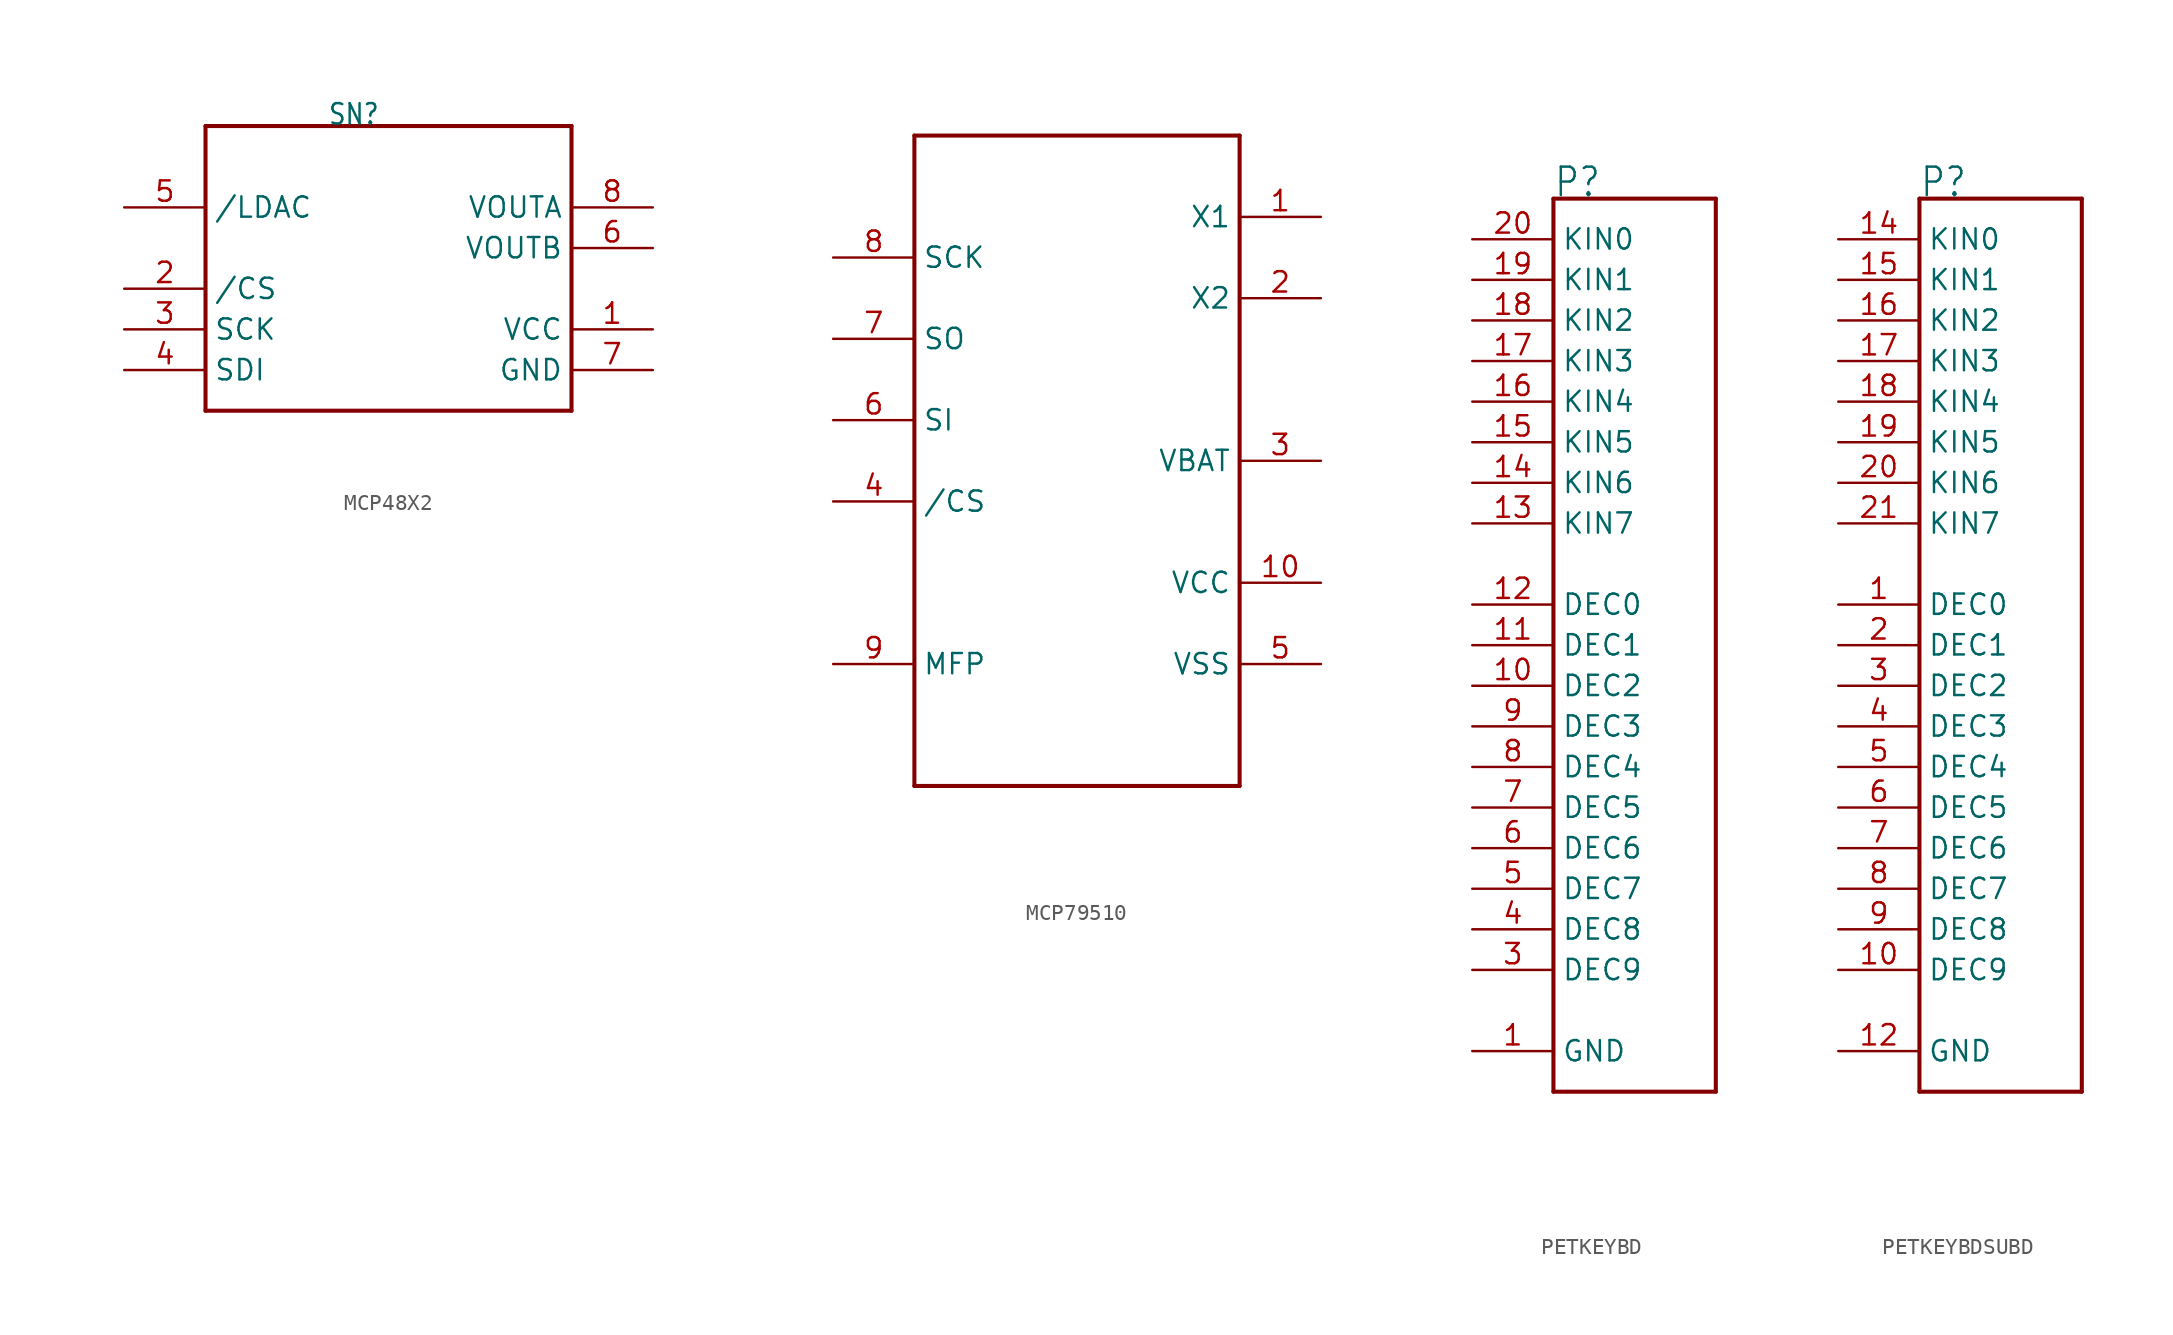
<source format=kicad_sym>
(kicad_symbol_lib
  (version 20220914)
  (generator kicad_symbol_editor)
  (symbol "MCP48X2"
    (property "Reference" "SN"
      (at -7.62 7.62 0)
      (effects (font (size 1.27 1.079)) (justify left bottom)))
    (property "Value" ""
      (at -7.62 -12.7 0)
      (effects (font (size 1.27 1.079)) (justify left bottom)))
    (property "ki_locked" ""
      (at 0 0 0)
      (effects (font (size 1.27 1.27))))
    (symbol "MCP48X2_1_0"
      (polyline (pts (xy -15.24 -10.16) (xy -15.24 7.62)) (stroke (width 0.254) (type solid)) (fill (type none)))
      (polyline (pts (xy -15.24 7.62) (xy 7.62 7.62)) (stroke (width 0.254) (type solid)) (fill (type none)))
      (polyline (pts (xy 7.62 -10.16) (xy -15.24 -10.16)) (stroke (width 0.254) (type solid)) (fill (type none)))
      (polyline (pts (xy 7.62 7.62) (xy 7.62 -10.16)) (stroke (width 0.254) (type solid)) (fill (type none)))
      (pin bidirectional line (at 12.7 -5.08 180) (length 5.08) (name "VCC" (effects (font (size 1.27 1.27)))) (number "1" (effects (font (size 1.27 1.27)))))
      (pin bidirectional line (at -20.32 -2.54 0) (length 5.08) (name "/CS" (effects (font (size 1.27 1.27)))) (number "2" (effects (font (size 1.27 1.27)))))
      (pin bidirectional line (at -20.32 -5.08 0) (length 5.08) (name "SCK" (effects (font (size 1.27 1.27)))) (number "3" (effects (font (size 1.27 1.27)))))
      (pin bidirectional line (at -20.32 -7.62 0) (length 5.08) (name "SDI" (effects (font (size 1.27 1.27)))) (number "4" (effects (font (size 1.27 1.27)))))
      (pin bidirectional line (at -20.32 2.54 0) (length 5.08) (name "/LDAC" (effects (font (size 1.27 1.27)))) (number "5" (effects (font (size 1.27 1.27)))))
      (pin bidirectional line (at 12.7 0 180) (length 5.08) (name "VOUTB" (effects (font (size 1.27 1.27)))) (number "6" (effects (font (size 1.27 1.27)))))
      (pin bidirectional line (at 12.7 -7.62 180) (length 5.08) (name "GND" (effects (font (size 1.27 1.27)))) (number "7" (effects (font (size 1.27 1.27)))))
      (pin bidirectional line (at 12.7 2.54 180) (length 5.08) (name "VOUTA" (effects (font (size 1.27 1.27)))) (number "8" (effects (font (size 1.27 1.27)))))))
  (symbol "MCP79510"
    (property "Reference" ""
      (at -5.08 17.78 0)
      (effects (font (size 1.778 1.511)) (justify left bottom) hide))
    (property "Value" ""
      (at -5.08 -25.4 0)
      (effects (font (size 1.778 1.511)) (justify left bottom)))
    (property "ki_locked" ""
      (at 0 0 0)
      (effects (font (size 1.27 1.27))))
    (symbol "MCP79510_1_0"
      (polyline (pts (xy -10.16 -22.86) (xy -10.16 17.78)) (stroke (width 0.254) (type solid)) (fill (type none)))
      (polyline (pts (xy -10.16 17.78) (xy 10.16 17.78)) (stroke (width 0.254) (type solid)) (fill (type none)))
      (polyline (pts (xy 10.16 -22.86) (xy -10.16 -22.86)) (stroke (width 0.254) (type solid)) (fill (type none)))
      (polyline (pts (xy 10.16 17.78) (xy 10.16 -22.86)) (stroke (width 0.254) (type solid)) (fill (type none)))
      (pin bidirectional line (at 15.24 12.7 180) (length 5.08) (name "X1" (effects (font (size 1.27 1.27)))) (number "1" (effects (font (size 1.27 1.27)))))
      (pin bidirectional line (at 15.24 -10.16 180) (length 5.08) (name "VCC" (effects (font (size 1.27 1.27)))) (number "10" (effects (font (size 1.27 1.27)))))
      (pin bidirectional line (at 15.24 7.62 180) (length 5.08) (name "X2" (effects (font (size 1.27 1.27)))) (number "2" (effects (font (size 1.27 1.27)))))
      (pin bidirectional line (at 15.24 -2.54 180) (length 5.08) (name "VBAT" (effects (font (size 1.27 1.27)))) (number "3" (effects (font (size 1.27 1.27)))))
      (pin bidirectional line (at -15.24 -5.08 0) (length 5.08) (name "/CS" (effects (font (size 1.27 1.27)))) (number "4" (effects (font (size 1.27 1.27)))))
      (pin bidirectional line (at 15.24 -15.24 180) (length 5.08) (name "VSS" (effects (font (size 1.27 1.27)))) (number "5" (effects (font (size 1.27 1.27)))))
      (pin bidirectional line (at -15.24 0 0) (length 5.08) (name "SI" (effects (font (size 1.27 1.27)))) (number "6" (effects (font (size 1.27 1.27)))))
      (pin bidirectional line (at -15.24 5.08 0) (length 5.08) (name "SO" (effects (font (size 1.27 1.27)))) (number "7" (effects (font (size 1.27 1.27)))))
      (pin bidirectional line (at -15.24 10.16 0) (length 5.08) (name "SCK" (effects (font (size 1.27 1.27)))) (number "8" (effects (font (size 1.27 1.27)))))
      (pin bidirectional line (at -15.24 -15.24 0) (length 5.08) (name "MFP" (effects (font (size 1.27 1.27)))) (number "9" (effects (font (size 1.27 1.27)))))))
  (symbol "PETKEYBD"
    (property "Reference" "P"
      (at -5.08 27.94 0)
      (effects (font (size 1.778 1.511)) (justify left bottom)))
    (property "Value" ""
      (at -5.08 -30.48 0)
      (effects (font (size 1.778 1.511)) (justify left bottom)))
    (property "ki_locked" ""
      (at 0 0 0)
      (effects (font (size 1.27 1.27))))
    (symbol "PETKEYBD_1_0"
      (polyline (pts (xy -5.08 -27.94) (xy -5.08 27.94)) (stroke (width 0.254) (type solid)) (fill (type none)))
      (polyline (pts (xy -5.08 27.94) (xy 5.08 27.94)) (stroke (width 0.254) (type solid)) (fill (type none)))
      (polyline (pts (xy 5.08 -27.94) (xy -5.08 -27.94)) (stroke (width 0.254) (type solid)) (fill (type none)))
      (polyline (pts (xy 5.08 27.94) (xy 5.08 -27.94)) (stroke (width 0.254) (type solid)) (fill (type none)))
      (pin bidirectional line (at -10.16 -25.4 0) (length 5.08) (name "GND" (effects (font (size 1.27 1.27)))) (number "1" (effects (font (size 1.27 1.27)))))
      (pin bidirectional line (at -10.16 -2.54 0) (length 5.08) (name "DEC2" (effects (font (size 1.27 1.27)))) (number "10" (effects (font (size 1.27 1.27)))))
      (pin bidirectional line (at -10.16 0 0) (length 5.08) (name "DEC1" (effects (font (size 1.27 1.27)))) (number "11" (effects (font (size 1.27 1.27)))))
      (pin bidirectional line (at -10.16 2.54 0) (length 5.08) (name "DEC0" (effects (font (size 1.27 1.27)))) (number "12" (effects (font (size 1.27 1.27)))))
      (pin bidirectional line (at -10.16 7.62 0) (length 5.08) (name "KIN7" (effects (font (size 1.27 1.27)))) (number "13" (effects (font (size 1.27 1.27)))))
      (pin bidirectional line (at -10.16 10.16 0) (length 5.08) (name "KIN6" (effects (font (size 1.27 1.27)))) (number "14" (effects (font (size 1.27 1.27)))))
      (pin bidirectional line (at -10.16 12.7 0) (length 5.08) (name "KIN5" (effects (font (size 1.27 1.27)))) (number "15" (effects (font (size 1.27 1.27)))))
      (pin bidirectional line (at -10.16 15.24 0) (length 5.08) (name "KIN4" (effects (font (size 1.27 1.27)))) (number "16" (effects (font (size 1.27 1.27)))))
      (pin bidirectional line (at -10.16 17.78 0) (length 5.08) (name "KIN3" (effects (font (size 1.27 1.27)))) (number "17" (effects (font (size 1.27 1.27)))))
      (pin bidirectional line (at -10.16 20.32 0) (length 5.08) (name "KIN2" (effects (font (size 1.27 1.27)))) (number "18" (effects (font (size 1.27 1.27)))))
      (pin bidirectional line (at -10.16 22.86 0) (length 5.08) (name "KIN1" (effects (font (size 1.27 1.27)))) (number "19" (effects (font (size 1.27 1.27)))))
      (pin bidirectional line (at -10.16 25.4 0) (length 5.08) (name "KIN0" (effects (font (size 1.27 1.27)))) (number "20" (effects (font (size 1.27 1.27)))))
      (pin bidirectional line (at -10.16 -20.32 0) (length 5.08) (name "DEC9" (effects (font (size 1.27 1.27)))) (number "3" (effects (font (size 1.27 1.27)))))
      (pin bidirectional line (at -10.16 -17.78 0) (length 5.08) (name "DEC8" (effects (font (size 1.27 1.27)))) (number "4" (effects (font (size 1.27 1.27)))))
      (pin bidirectional line (at -10.16 -15.24 0) (length 5.08) (name "DEC7" (effects (font (size 1.27 1.27)))) (number "5" (effects (font (size 1.27 1.27)))))
      (pin bidirectional line (at -10.16 -12.7 0) (length 5.08) (name "DEC6" (effects (font (size 1.27 1.27)))) (number "6" (effects (font (size 1.27 1.27)))))
      (pin bidirectional line (at -10.16 -10.16 0) (length 5.08) (name "DEC5" (effects (font (size 1.27 1.27)))) (number "7" (effects (font (size 1.27 1.27)))))
      (pin bidirectional line (at -10.16 -7.62 0) (length 5.08) (name "DEC4" (effects (font (size 1.27 1.27)))) (number "8" (effects (font (size 1.27 1.27)))))
      (pin bidirectional line (at -10.16 -5.08 0) (length 5.08) (name "DEC3" (effects (font (size 1.27 1.27)))) (number "9" (effects (font (size 1.27 1.27)))))))
  (symbol "PETKEYBDSUBD"
    (property "Reference" "P"
      (at -5.08 27.94 0)
      (effects (font (size 1.778 1.511)) (justify left bottom)))
    (property "Value" ""
      (at -5.08 -30.48 0)
      (effects (font (size 1.778 1.511)) (justify left bottom)))
    (property "ki_locked" ""
      (at 0 0 0)
      (effects (font (size 1.27 1.27))))
    (symbol "PETKEYBDSUBD_1_0"
      (polyline (pts (xy -5.08 -27.94) (xy -5.08 27.94)) (stroke (width 0.254) (type solid)) (fill (type none)))
      (polyline (pts (xy -5.08 27.94) (xy 5.08 27.94)) (stroke (width 0.254) (type solid)) (fill (type none)))
      (polyline (pts (xy 5.08 -27.94) (xy -5.08 -27.94)) (stroke (width 0.254) (type solid)) (fill (type none)))
      (polyline (pts (xy 5.08 27.94) (xy 5.08 -27.94)) (stroke (width 0.254) (type solid)) (fill (type none)))
      (pin bidirectional line (at -10.16 2.54 0) (length 5.08) (name "DEC0" (effects (font (size 1.27 1.27)))) (number "1" (effects (font (size 1.27 1.27)))))
      (pin bidirectional line (at -10.16 -20.32 0) (length 5.08) (name "DEC9" (effects (font (size 1.27 1.27)))) (number "10" (effects (font (size 1.27 1.27)))))
      (pin bidirectional line (at -10.16 -25.4 0) (length 5.08) (name "GND" (effects (font (size 1.27 1.27)))) (number "12" (effects (font (size 1.27 1.27)))))
      (pin bidirectional line (at -10.16 25.4 0) (length 5.08) (name "KIN0" (effects (font (size 1.27 1.27)))) (number "14" (effects (font (size 1.27 1.27)))))
      (pin bidirectional line (at -10.16 22.86 0) (length 5.08) (name "KIN1" (effects (font (size 1.27 1.27)))) (number "15" (effects (font (size 1.27 1.27)))))
      (pin bidirectional line (at -10.16 20.32 0) (length 5.08) (name "KIN2" (effects (font (size 1.27 1.27)))) (number "16" (effects (font (size 1.27 1.27)))))
      (pin bidirectional line (at -10.16 17.78 0) (length 5.08) (name "KIN3" (effects (font (size 1.27 1.27)))) (number "17" (effects (font (size 1.27 1.27)))))
      (pin bidirectional line (at -10.16 15.24 0) (length 5.08) (name "KIN4" (effects (font (size 1.27 1.27)))) (number "18" (effects (font (size 1.27 1.27)))))
      (pin bidirectional line (at -10.16 12.7 0) (length 5.08) (name "KIN5" (effects (font (size 1.27 1.27)))) (number "19" (effects (font (size 1.27 1.27)))))
      (pin bidirectional line (at -10.16 0 0) (length 5.08) (name "DEC1" (effects (font (size 1.27 1.27)))) (number "2" (effects (font (size 1.27 1.27)))))
      (pin bidirectional line (at -10.16 10.16 0) (length 5.08) (name "KIN6" (effects (font (size 1.27 1.27)))) (number "20" (effects (font (size 1.27 1.27)))))
      (pin bidirectional line (at -10.16 7.62 0) (length 5.08) (name "KIN7" (effects (font (size 1.27 1.27)))) (number "21" (effects (font (size 1.27 1.27)))))
      (pin bidirectional line (at -10.16 -2.54 0) (length 5.08) (name "DEC2" (effects (font (size 1.27 1.27)))) (number "3" (effects (font (size 1.27 1.27)))))
      (pin bidirectional line (at -10.16 -5.08 0) (length 5.08) (name "DEC3" (effects (font (size 1.27 1.27)))) (number "4" (effects (font (size 1.27 1.27)))))
      (pin bidirectional line (at -10.16 -7.62 0) (length 5.08) (name "DEC4" (effects (font (size 1.27 1.27)))) (number "5" (effects (font (size 1.27 1.27)))))
      (pin bidirectional line (at -10.16 -10.16 0) (length 5.08) (name "DEC5" (effects (font (size 1.27 1.27)))) (number "6" (effects (font (size 1.27 1.27)))))
      (pin bidirectional line (at -10.16 -12.7 0) (length 5.08) (name "DEC6" (effects (font (size 1.27 1.27)))) (number "7" (effects (font (size 1.27 1.27)))))
      (pin bidirectional line (at -10.16 -15.24 0) (length 5.08) (name "DEC7" (effects (font (size 1.27 1.27)))) (number "8" (effects (font (size 1.27 1.27)))))
      (pin bidirectional line (at -10.16 -17.78 0) (length 5.08) (name "DEC8" (effects (font (size 1.27 1.27)))) (number "9" (effects (font (size 1.27 1.27))))))))
</source>
